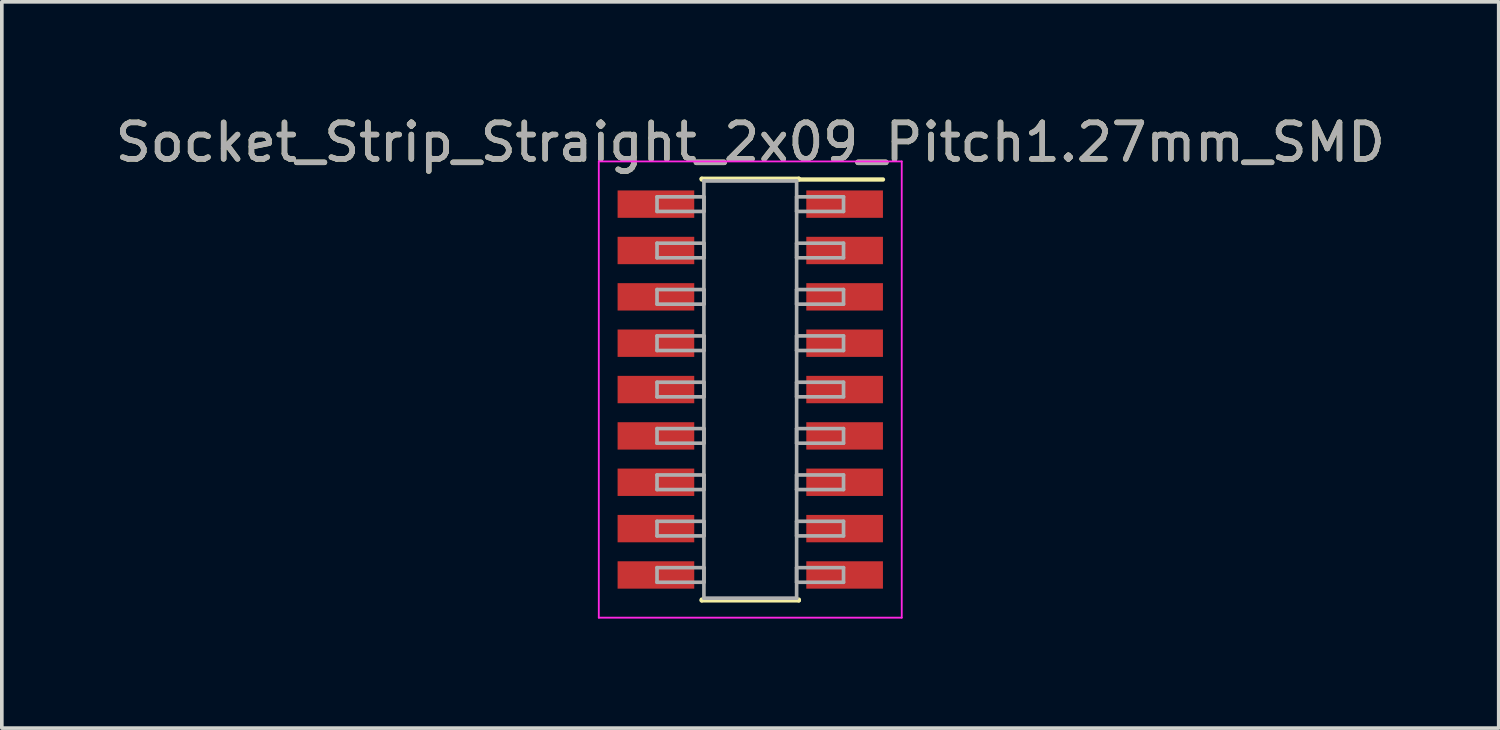
<source format=kicad_pcb>
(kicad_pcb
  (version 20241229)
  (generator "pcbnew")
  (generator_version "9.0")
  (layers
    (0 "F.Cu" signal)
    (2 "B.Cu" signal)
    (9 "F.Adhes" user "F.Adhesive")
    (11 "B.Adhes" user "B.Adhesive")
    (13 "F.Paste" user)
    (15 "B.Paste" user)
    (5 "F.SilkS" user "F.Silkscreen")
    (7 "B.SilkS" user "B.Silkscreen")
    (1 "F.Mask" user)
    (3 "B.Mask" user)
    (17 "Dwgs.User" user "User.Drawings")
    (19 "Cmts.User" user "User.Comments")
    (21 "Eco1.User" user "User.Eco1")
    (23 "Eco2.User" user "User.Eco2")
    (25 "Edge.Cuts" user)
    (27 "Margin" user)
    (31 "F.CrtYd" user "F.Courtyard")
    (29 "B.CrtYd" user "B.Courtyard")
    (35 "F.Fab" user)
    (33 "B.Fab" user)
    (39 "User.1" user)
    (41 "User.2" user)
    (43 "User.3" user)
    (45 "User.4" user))
  (footprint "Socket_Strip_Straight_2x09_Pitch1.27mm_SMD"
    (layer "F.Cu")
    (at 17.506 7.623)
    (property "Reference" "Socket_Strip_Straight_2x09_Pitch1.27mm_SMD" (at 0 -6.775 0) (layer "F.SilkS") (effects (font (size 1 1) (thickness 0.15))))
    (attr smd)
    (fp_line (start -1.33 -5.775) (end 1.33 -5.775) (stroke (width 0.12) (type solid)) (layer "F.SilkS"))
    (fp_line (start -1.33 -5.755) (end -1.33 -5.775) (stroke (width 0.12) (type solid)) (layer "F.SilkS"))
    (fp_line (start -1.33 5.755) (end -1.33 5.775) (stroke (width 0.12) (type solid)) (layer "F.SilkS"))
    (fp_line (start -1.33 5.775) (end 1.33 5.775) (stroke (width 0.12) (type solid)) (layer "F.SilkS"))
    (fp_line (start 1.33 -5.775) (end 1.33 -5.755) (stroke (width 0.12) (type solid)) (layer "F.SilkS"))
    (fp_line (start 1.33 5.775) (end 1.33 5.755) (stroke (width 0.12) (type solid)) (layer "F.SilkS"))
    (fp_line (start 3.635 -5.755) (end 1.33 -5.755) (stroke (width 0.12) (type solid)) (layer "F.SilkS"))
    (fp_line (start -4.15 -6.25) (end -4.15 6.25) (stroke (width 0.05) (type solid)) (layer "F.CrtYd"))
    (fp_line (start -4.15 6.25) (end 4.15 6.25) (stroke (width 0.05) (type solid)) (layer "F.CrtYd"))
    (fp_line (start 4.15 -6.25) (end -4.15 -6.25) (stroke (width 0.05) (type solid)) (layer "F.CrtYd"))
    (fp_line (start 4.15 6.25) (end 4.15 -6.25) (stroke (width 0.05) (type solid)) (layer "F.CrtYd"))
    (fp_line (start -2.555 -5.28) (end -1.27 -5.28) (stroke (width 0.1) (type solid)) (layer "F.Fab"))
    (fp_line (start -2.555 -4.88) (end -2.555 -5.28) (stroke (width 0.1) (type solid)) (layer "F.Fab"))
    (fp_line (start -2.555 -4.01) (end -1.27 -4.01) (stroke (width 0.1) (type solid)) (layer "F.Fab"))
    (fp_line (start -2.555 -3.61) (end -2.555 -4.01) (stroke (width 0.1) (type solid)) (layer "F.Fab"))
    (fp_line (start -2.555 -2.74) (end -1.27 -2.74) (stroke (width 0.1) (type solid)) (layer "F.Fab"))
    (fp_line (start -2.555 -2.34) (end -2.555 -2.74) (stroke (width 0.1) (type solid)) (layer "F.Fab"))
    (fp_line (start -2.555 -1.47) (end -1.27 -1.47) (stroke (width 0.1) (type solid)) (layer "F.Fab"))
    (fp_line (start -2.555 -1.07) (end -2.555 -1.47) (stroke (width 0.1) (type solid)) (layer "F.Fab"))
    (fp_line (start -2.555 -0.2) (end -1.27 -0.2) (stroke (width 0.1) (type solid)) (layer "F.Fab"))
    (fp_line (start -2.555 0.2) (end -2.555 -0.2) (stroke (width 0.1) (type solid)) (layer "F.Fab"))
    (fp_line (start -2.555 1.07) (end -1.27 1.07) (stroke (width 0.1) (type solid)) (layer "F.Fab"))
    (fp_line (start -2.555 1.47) (end -2.555 1.07) (stroke (width 0.1) (type solid)) (layer "F.Fab"))
    (fp_line (start -2.555 2.34) (end -1.27 2.34) (stroke (width 0.1) (type solid)) (layer "F.Fab"))
    (fp_line (start -2.555 2.74) (end -2.555 2.34) (stroke (width 0.1) (type solid)) (layer "F.Fab"))
    (fp_line (start -2.555 3.61) (end -1.27 3.61) (stroke (width 0.1) (type solid)) (layer "F.Fab"))
    (fp_line (start -2.555 4.01) (end -2.555 3.61) (stroke (width 0.1) (type solid)) (layer "F.Fab"))
    (fp_line (start -2.555 4.88) (end -1.27 4.88) (stroke (width 0.1) (type solid)) (layer "F.Fab"))
    (fp_line (start -2.555 5.28) (end -2.555 4.88) (stroke (width 0.1) (type solid)) (layer "F.Fab"))
    (fp_line (start -1.27 -5.715) (end -1.27 5.715) (stroke (width 0.1) (type solid)) (layer "F.Fab"))
    (fp_line (start -1.27 -5.28) (end -1.27 -4.88) (stroke (width 0.1) (type solid)) (layer "F.Fab"))
    (fp_line (start -1.27 -4.88) (end -2.555 -4.88) (stroke (width 0.1) (type solid)) (layer "F.Fab"))
    (fp_line (start -1.27 -4.01) (end -1.27 -3.61) (stroke (width 0.1) (type solid)) (layer "F.Fab"))
    (fp_line (start -1.27 -3.61) (end -2.555 -3.61) (stroke (width 0.1) (type solid)) (layer "F.Fab"))
    (fp_line (start -1.27 -2.74) (end -1.27 -2.34) (stroke (width 0.1) (type solid)) (layer "F.Fab"))
    (fp_line (start -1.27 -2.34) (end -2.555 -2.34) (stroke (width 0.1) (type solid)) (layer "F.Fab"))
    (fp_line (start -1.27 -1.47) (end -1.27 -1.07) (stroke (width 0.1) (type solid)) (layer "F.Fab"))
    (fp_line (start -1.27 -1.07) (end -2.555 -1.07) (stroke (width 0.1) (type solid)) (layer "F.Fab"))
    (fp_line (start -1.27 -0.2) (end -1.27 0.2) (stroke (width 0.1) (type solid)) (layer "F.Fab"))
    (fp_line (start -1.27 0.2) (end -2.555 0.2) (stroke (width 0.1) (type solid)) (layer "F.Fab"))
    (fp_line (start -1.27 1.07) (end -1.27 1.47) (stroke (width 0.1) (type solid)) (layer "F.Fab"))
    (fp_line (start -1.27 1.47) (end -2.555 1.47) (stroke (width 0.1) (type solid)) (layer "F.Fab"))
    (fp_line (start -1.27 2.34) (end -1.27 2.74) (stroke (width 0.1) (type solid)) (layer "F.Fab"))
    (fp_line (start -1.27 2.74) (end -2.555 2.74) (stroke (width 0.1) (type solid)) (layer "F.Fab"))
    (fp_line (start -1.27 3.61) (end -1.27 4.01) (stroke (width 0.1) (type solid)) (layer "F.Fab"))
    (fp_line (start -1.27 4.01) (end -2.555 4.01) (stroke (width 0.1) (type solid)) (layer "F.Fab"))
    (fp_line (start -1.27 4.88) (end -1.27 5.28) (stroke (width 0.1) (type solid)) (layer "F.Fab"))
    (fp_line (start -1.27 5.28) (end -2.555 5.28) (stroke (width 0.1) (type solid)) (layer "F.Fab"))
    (fp_line (start -1.27 5.715) (end 1.27 5.715) (stroke (width 0.1) (type solid)) (layer "F.Fab"))
    (fp_line (start 1.27 -5.715) (end -1.27 -5.715) (stroke (width 0.1) (type solid)) (layer "F.Fab"))
    (fp_line (start 1.27 -5.28) (end 1.27 -4.88) (stroke (width 0.1) (type solid)) (layer "F.Fab"))
    (fp_line (start 1.27 -4.88) (end 2.555 -4.88) (stroke (width 0.1) (type solid)) (layer "F.Fab"))
    (fp_line (start 1.27 -4.01) (end 1.27 -3.61) (stroke (width 0.1) (type solid)) (layer "F.Fab"))
    (fp_line (start 1.27 -3.61) (end 2.555 -3.61) (stroke (width 0.1) (type solid)) (layer "F.Fab"))
    (fp_line (start 1.27 -2.74) (end 1.27 -2.34) (stroke (width 0.1) (type solid)) (layer "F.Fab"))
    (fp_line (start 1.27 -2.34) (end 2.555 -2.34) (stroke (width 0.1) (type solid)) (layer "F.Fab"))
    (fp_line (start 1.27 -1.47) (end 1.27 -1.07) (stroke (width 0.1) (type solid)) (layer "F.Fab"))
    (fp_line (start 1.27 -1.07) (end 2.555 -1.07) (stroke (width 0.1) (type solid)) (layer "F.Fab"))
    (fp_line (start 1.27 -0.2) (end 1.27 0.2) (stroke (width 0.1) (type solid)) (layer "F.Fab"))
    (fp_line (start 1.27 0.2) (end 2.555 0.2) (stroke (width 0.1) (type solid)) (layer "F.Fab"))
    (fp_line (start 1.27 1.07) (end 1.27 1.47) (stroke (width 0.1) (type solid)) (layer "F.Fab"))
    (fp_line (start 1.27 1.47) (end 2.555 1.47) (stroke (width 0.1) (type solid)) (layer "F.Fab"))
    (fp_line (start 1.27 2.34) (end 1.27 2.74) (stroke (width 0.1) (type solid)) (layer "F.Fab"))
    (fp_line (start 1.27 2.74) (end 2.555 2.74) (stroke (width 0.1) (type solid)) (layer "F.Fab"))
    (fp_line (start 1.27 3.61) (end 1.27 4.01) (stroke (width 0.1) (type solid)) (layer "F.Fab"))
    (fp_line (start 1.27 4.01) (end 2.555 4.01) (stroke (width 0.1) (type solid)) (layer "F.Fab"))
    (fp_line (start 1.27 4.88) (end 1.27 5.28) (stroke (width 0.1) (type solid)) (layer "F.Fab"))
    (fp_line (start 1.27 5.28) (end 2.555 5.28) (stroke (width 0.1) (type solid)) (layer "F.Fab"))
    (fp_line (start 1.27 5.715) (end 1.27 -5.715) (stroke (width 0.1) (type solid)) (layer "F.Fab"))
    (fp_line (start 2.555 -5.28) (end 1.27 -5.28) (stroke (width 0.1) (type solid)) (layer "F.Fab"))
    (fp_line (start 2.555 -4.88) (end 2.555 -5.28) (stroke (width 0.1) (type solid)) (layer "F.Fab"))
    (fp_line (start 2.555 -4.01) (end 1.27 -4.01) (stroke (width 0.1) (type solid)) (layer "F.Fab"))
    (fp_line (start 2.555 -3.61) (end 2.555 -4.01) (stroke (width 0.1) (type solid)) (layer "F.Fab"))
    (fp_line (start 2.555 -2.74) (end 1.27 -2.74) (stroke (width 0.1) (type solid)) (layer "F.Fab"))
    (fp_line (start 2.555 -2.34) (end 2.555 -2.74) (stroke (width 0.1) (type solid)) (layer "F.Fab"))
    (fp_line (start 2.555 -1.47) (end 1.27 -1.47) (stroke (width 0.1) (type solid)) (layer "F.Fab"))
    (fp_line (start 2.555 -1.07) (end 2.555 -1.47) (stroke (width 0.1) (type solid)) (layer "F.Fab"))
    (fp_line (start 2.555 -0.2) (end 1.27 -0.2) (stroke (width 0.1) (type solid)) (layer "F.Fab"))
    (fp_line (start 2.555 0.2) (end 2.555 -0.2) (stroke (width 0.1) (type solid)) (layer "F.Fab"))
    (fp_line (start 2.555 1.07) (end 1.27 1.07) (stroke (width 0.1) (type solid)) (layer "F.Fab"))
    (fp_line (start 2.555 1.47) (end 2.555 1.07) (stroke (width 0.1) (type solid)) (layer "F.Fab"))
    (fp_line (start 2.555 2.34) (end 1.27 2.34) (stroke (width 0.1) (type solid)) (layer "F.Fab"))
    (fp_line (start 2.555 2.74) (end 2.555 2.34) (stroke (width 0.1) (type solid)) (layer "F.Fab"))
    (fp_line (start 2.555 3.61) (end 1.27 3.61) (stroke (width 0.1) (type solid)) (layer "F.Fab"))
    (fp_line (start 2.555 4.01) (end 2.555 3.61) (stroke (width 0.1) (type solid)) (layer "F.Fab"))
    (fp_line (start 2.555 4.88) (end 1.27 4.88) (stroke (width 0.1) (type solid)) (layer "F.Fab"))
    (fp_line (start 2.555 5.28) (end 2.555 4.88) (stroke (width 0.1) (type solid)) (layer "F.Fab"))
    (fp_text user "${REFERENCE}" (at 0 -6.775 0) (layer "F.Fab") (effects (font (size 1 1) (thickness 0.15))))
    (pad "1" smd rect (at 2.585 -5.08) (size 2.1 0.75) (layers "F.Cu" "F.Mask" "F.Paste"))
    (pad "2" smd rect (at -2.585 -5.08) (size 2.1 0.75) (layers "F.Cu" "F.Mask" "F.Paste"))
    (pad "3" smd rect (at 2.585 -3.81) (size 2.1 0.75) (layers "F.Cu" "F.Mask" "F.Paste"))
    (pad "4" smd rect (at -2.585 -3.81) (size 2.1 0.75) (layers "F.Cu" "F.Mask" "F.Paste"))
    (pad "5" smd rect (at 2.585 -2.54) (size 2.1 0.75) (layers "F.Cu" "F.Mask" "F.Paste"))
    (pad "6" smd rect (at -2.585 -2.54) (size 2.1 0.75) (layers "F.Cu" "F.Mask" "F.Paste"))
    (pad "7" smd rect (at 2.585 -1.27) (size 2.1 0.75) (layers "F.Cu" "F.Mask" "F.Paste"))
    (pad "8" smd rect (at -2.585 -1.27) (size 2.1 0.75) (layers "F.Cu" "F.Mask" "F.Paste"))
    (pad "9" smd rect (at 2.585 0) (size 2.1 0.75) (layers "F.Cu" "F.Mask" "F.Paste"))
    (pad "10" smd rect (at -2.585 0) (size 2.1 0.75) (layers "F.Cu" "F.Mask" "F.Paste"))
    (pad "11" smd rect (at 2.585 1.27) (size 2.1 0.75) (layers "F.Cu" "F.Mask" "F.Paste"))
    (pad "12" smd rect (at -2.585 1.27) (size 2.1 0.75) (layers "F.Cu" "F.Mask" "F.Paste"))
    (pad "13" smd rect (at 2.585 2.54) (size 2.1 0.75) (layers "F.Cu" "F.Mask" "F.Paste"))
    (pad "14" smd rect (at -2.585 2.54) (size 2.1 0.75) (layers "F.Cu" "F.Mask" "F.Paste"))
    (pad "15" smd rect (at 2.585 3.81) (size 2.1 0.75) (layers "F.Cu" "F.Mask" "F.Paste"))
    (pad "16" smd rect (at -2.585 3.81) (size 2.1 0.75) (layers "F.Cu" "F.Mask" "F.Paste"))
    (pad "17" smd rect (at 2.585 5.08) (size 2.1 0.75) (layers "F.Cu" "F.Mask" "F.Paste"))
    (pad "18" smd rect (at -2.585 5.08) (size 2.1 0.75) (layers "F.Cu" "F.Mask" "F.Paste")))
  (gr_rect
    (start -3 -3)
    (end 38.012 16.898)
    (stroke (width 0.1) (type default))
    (fill no)
    (layer "Edge.Cuts")))
</source>
